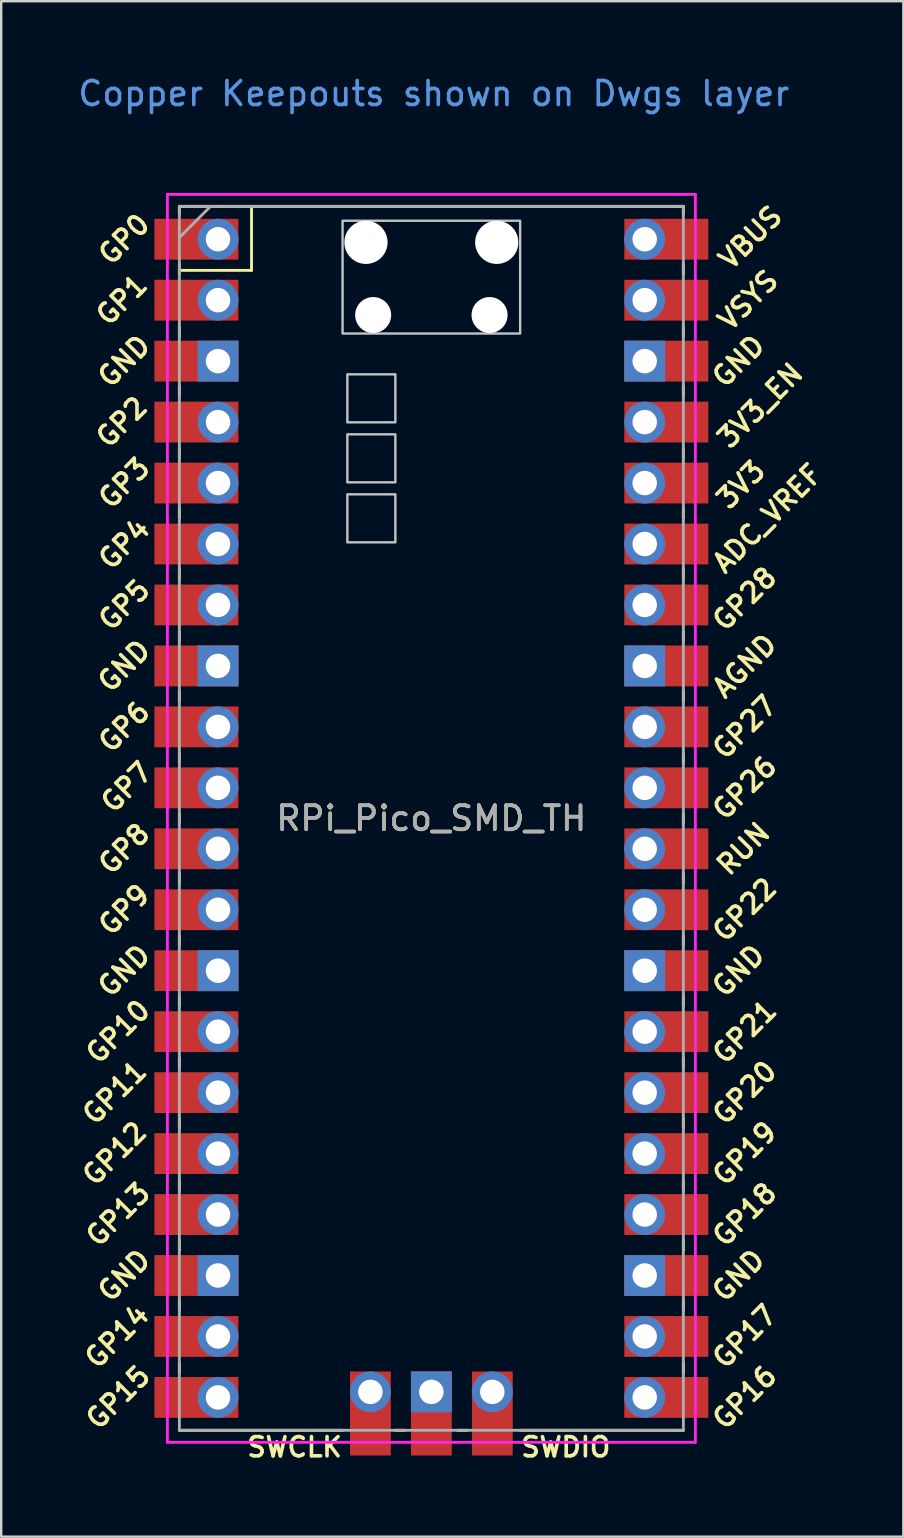
<source format=kicad_pcb>
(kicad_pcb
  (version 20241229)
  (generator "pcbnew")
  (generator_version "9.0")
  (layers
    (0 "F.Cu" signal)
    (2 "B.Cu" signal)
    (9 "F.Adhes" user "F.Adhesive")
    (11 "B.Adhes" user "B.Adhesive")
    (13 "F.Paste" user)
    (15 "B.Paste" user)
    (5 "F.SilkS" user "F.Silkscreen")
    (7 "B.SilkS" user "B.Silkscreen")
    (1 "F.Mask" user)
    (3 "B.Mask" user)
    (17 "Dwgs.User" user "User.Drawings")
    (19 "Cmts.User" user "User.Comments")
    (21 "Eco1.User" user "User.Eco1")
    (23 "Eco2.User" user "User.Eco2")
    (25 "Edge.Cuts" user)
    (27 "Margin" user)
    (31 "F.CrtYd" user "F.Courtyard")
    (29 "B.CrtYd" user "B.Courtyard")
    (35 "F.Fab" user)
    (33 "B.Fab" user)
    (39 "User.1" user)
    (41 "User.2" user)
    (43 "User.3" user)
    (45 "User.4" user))
  (footprint "RPi_Pico_SMD_TH"
    (layer "F.Cu")
    (at 14.924 31.048)
    (property "Reference" "RPi_Pico_SMD_TH" (at 0 0 0) (layer "F.SilkS") (effects (font (size 1 1) (thickness 0.15))))
    (attr through_hole)
    (fp_line (start -10.5 -25.5) (end -10.5 -25.2) (stroke (width 0.12) (type solid)) (layer "F.SilkS"))
    (fp_line (start -10.5 -25.5) (end 10.5 -25.5) (stroke (width 0.12) (type solid)) (layer "F.SilkS"))
    (fp_line (start -10.5 -23.1) (end -10.5 -22.7) (stroke (width 0.12) (type solid)) (layer "F.SilkS"))
    (fp_line (start -10.5 -22.833) (end -7.493 -22.833) (stroke (width 0.12) (type solid)) (layer "F.SilkS"))
    (fp_line (start -10.5 -20.5) (end -10.5 -20.1) (stroke (width 0.12) (type solid)) (layer "F.SilkS"))
    (fp_line (start -10.5 -18) (end -10.5 -17.6) (stroke (width 0.12) (type solid)) (layer "F.SilkS"))
    (fp_line (start -10.5 -15.4) (end -10.5 -15) (stroke (width 0.12) (type solid)) (layer "F.SilkS"))
    (fp_line (start -10.5 -12.9) (end -10.5 -12.5) (stroke (width 0.12) (type solid)) (layer "F.SilkS"))
    (fp_line (start -10.5 -10.4) (end -10.5 -10) (stroke (width 0.12) (type solid)) (layer "F.SilkS"))
    (fp_line (start -10.5 -7.8) (end -10.5 -7.4) (stroke (width 0.12) (type solid)) (layer "F.SilkS"))
    (fp_line (start -10.5 -5.3) (end -10.5 -4.9) (stroke (width 0.12) (type solid)) (layer "F.SilkS"))
    (fp_line (start -10.5 -2.7) (end -10.5 -2.3) (stroke (width 0.12) (type solid)) (layer "F.SilkS"))
    (fp_line (start -10.5 -0.2) (end -10.5 0.2) (stroke (width 0.12) (type solid)) (layer "F.SilkS"))
    (fp_line (start -10.5 2.3) (end -10.5 2.7) (stroke (width 0.12) (type solid)) (layer "F.SilkS"))
    (fp_line (start -10.5 4.9) (end -10.5 5.3) (stroke (width 0.12) (type solid)) (layer "F.SilkS"))
    (fp_line (start -10.5 7.4) (end -10.5 7.8) (stroke (width 0.12) (type solid)) (layer "F.SilkS"))
    (fp_line (start -10.5 10) (end -10.5 10.4) (stroke (width 0.12) (type solid)) (layer "F.SilkS"))
    (fp_line (start -10.5 12.5) (end -10.5 12.9) (stroke (width 0.12) (type solid)) (layer "F.SilkS"))
    (fp_line (start -10.5 15.1) (end -10.5 15.5) (stroke (width 0.12) (type solid)) (layer "F.SilkS"))
    (fp_line (start -10.5 17.6) (end -10.5 18) (stroke (width 0.12) (type solid)) (layer "F.SilkS"))
    (fp_line (start -10.5 20.1) (end -10.5 20.5) (stroke (width 0.12) (type solid)) (layer "F.SilkS"))
    (fp_line (start -10.5 22.7) (end -10.5 23.1) (stroke (width 0.12) (type solid)) (layer "F.SilkS"))
    (fp_line (start -7.493 -22.833) (end -7.493 -25.5) (stroke (width 0.12) (type solid)) (layer "F.SilkS"))
    (fp_line (start -3.7 25.5) (end -10.5 25.5) (stroke (width 0.12) (type solid)) (layer "F.SilkS"))
    (fp_line (start -1.5 25.5) (end -1.1 25.5) (stroke (width 0.12) (type solid)) (layer "F.SilkS"))
    (fp_line (start 1.1 25.5) (end 1.5 25.5) (stroke (width 0.12) (type solid)) (layer "F.SilkS"))
    (fp_line (start 10.5 -25.5) (end 10.5 -25.2) (stroke (width 0.12) (type solid)) (layer "F.SilkS"))
    (fp_line (start 10.5 -23.1) (end 10.5 -22.7) (stroke (width 0.12) (type solid)) (layer "F.SilkS"))
    (fp_line (start 10.5 -20.5) (end 10.5 -20.1) (stroke (width 0.12) (type solid)) (layer "F.SilkS"))
    (fp_line (start 10.5 -18) (end 10.5 -17.6) (stroke (width 0.12) (type solid)) (layer "F.SilkS"))
    (fp_line (start 10.5 -15.4) (end 10.5 -15) (stroke (width 0.12) (type solid)) (layer "F.SilkS"))
    (fp_line (start 10.5 -12.9) (end 10.5 -12.5) (stroke (width 0.12) (type solid)) (layer "F.SilkS"))
    (fp_line (start 10.5 -10.4) (end 10.5 -10) (stroke (width 0.12) (type solid)) (layer "F.SilkS"))
    (fp_line (start 10.5 -7.8) (end 10.5 -7.4) (stroke (width 0.12) (type solid)) (layer "F.SilkS"))
    (fp_line (start 10.5 -5.3) (end 10.5 -4.9) (stroke (width 0.12) (type solid)) (layer "F.SilkS"))
    (fp_line (start 10.5 -2.7) (end 10.5 -2.3) (stroke (width 0.12) (type solid)) (layer "F.SilkS"))
    (fp_line (start 10.5 -0.2) (end 10.5 0.2) (stroke (width 0.12) (type solid)) (layer "F.SilkS"))
    (fp_line (start 10.5 2.3) (end 10.5 2.7) (stroke (width 0.12) (type solid)) (layer "F.SilkS"))
    (fp_line (start 10.5 4.9) (end 10.5 5.3) (stroke (width 0.12) (type solid)) (layer "F.SilkS"))
    (fp_line (start 10.5 7.4) (end 10.5 7.8) (stroke (width 0.12) (type solid)) (layer "F.SilkS"))
    (fp_line (start 10.5 10) (end 10.5 10.4) (stroke (width 0.12) (type solid)) (layer "F.SilkS"))
    (fp_line (start 10.5 12.5) (end 10.5 12.9) (stroke (width 0.12) (type solid)) (layer "F.SilkS"))
    (fp_line (start 10.5 15.1) (end 10.5 15.5) (stroke (width 0.12) (type solid)) (layer "F.SilkS"))
    (fp_line (start 10.5 17.6) (end 10.5 18) (stroke (width 0.12) (type solid)) (layer "F.SilkS"))
    (fp_line (start 10.5 20.1) (end 10.5 20.5) (stroke (width 0.12) (type solid)) (layer "F.SilkS"))
    (fp_line (start 10.5 22.7) (end 10.5 23.1) (stroke (width 0.12) (type solid)) (layer "F.SilkS"))
    (fp_line (start 10.5 25.5) (end 3.7 25.5) (stroke (width 0.12) (type solid)) (layer "F.SilkS"))
    (fp_poly (pts (xy -1.5 -16.5) (xy -3.5 -16.5) (xy -3.5 -18.5) (xy -1.5 -18.5)) (stroke (width 0.1) (type solid)) (fill no) (layer "Dwgs.User"))
    (fp_poly (pts (xy -1.5 -14) (xy -3.5 -14) (xy -3.5 -16) (xy -1.5 -16)) (stroke (width 0.1) (type solid)) (fill no) (layer "Dwgs.User"))
    (fp_poly (pts (xy -1.5 -11.5) (xy -3.5 -11.5) (xy -3.5 -13.5) (xy -1.5 -13.5)) (stroke (width 0.1) (type solid)) (fill no) (layer "Dwgs.User"))
    (fp_poly (pts (xy 3.7 -20.2) (xy -3.7 -20.2) (xy -3.7 -24.9) (xy 3.7 -24.9)) (stroke (width 0.1) (type solid)) (fill no) (layer "Dwgs.User"))
    (fp_line (start -11 -26) (end 11 -26) (stroke (width 0.12) (type solid)) (layer "F.CrtYd"))
    (fp_line (start -11 26) (end -11 -26) (stroke (width 0.12) (type solid)) (layer "F.CrtYd"))
    (fp_line (start 11 -26) (end 11 26) (stroke (width 0.12) (type solid)) (layer "F.CrtYd"))
    (fp_line (start 11 26) (end -11 26) (stroke (width 0.12) (type solid)) (layer "F.CrtYd"))
    (fp_line (start -10.5 -25.5) (end 10.5 -25.5) (stroke (width 0.12) (type solid)) (layer "F.Fab"))
    (fp_line (start -10.5 -24.2) (end -9.2 -25.5) (stroke (width 0.12) (type solid)) (layer "F.Fab"))
    (fp_line (start -10.5 25.5) (end -10.5 -25.5) (stroke (width 0.12) (type solid)) (layer "F.Fab"))
    (fp_line (start 10.5 -25.5) (end 10.5 25.5) (stroke (width 0.12) (type solid)) (layer "F.Fab"))
    (fp_line (start 10.5 25.5) (end -10.5 25.5) (stroke (width 0.12) (type solid)) (layer "F.Fab"))
    (fp_text user "GP10" (at -13.054 8.89 45) (layer "F.SilkS") (effects (font (size 0.8 0.8) (thickness 0.15))))
    (fp_text user "GND" (at -12.8 6.35 45) (layer "F.SilkS") (effects (font (size 0.8 0.8) (thickness 0.15))))
    (fp_text user "GP9" (at -12.8 3.81 45) (layer "F.SilkS") (effects (font (size 0.8 0.8) (thickness 0.15))))
    (fp_text user "GND" (at 12.8 6.35 45) (layer "F.SilkS") (effects (font (size 0.8 0.8) (thickness 0.15))))
    (fp_text user "GP0" (at -12.8 -24.13 45) (layer "F.SilkS") (effects (font (size 0.8 0.8) (thickness 0.15))))
    (fp_text user "GP12" (at -13.2 13.97 45) (layer "F.SilkS") (effects (font (size 0.8 0.8) (thickness 0.15))))
    (fp_text user "GP15" (at -13.054 24.13 45) (layer "F.SilkS") (effects (font (size 0.8 0.8) (thickness 0.15))))
    (fp_text user "SWCLK" (at -5.7 26.2 0) (layer "F.SilkS") (effects (font (size 0.8 0.8) (thickness 0.15))))
    (fp_text user "ADC_VREF" (at 14 -12.5 45) (layer "F.SilkS") (effects (font (size 0.8 0.8) (thickness 0.15))))
    (fp_text user "RUN" (at 13 1.27 45) (layer "F.SilkS") (effects (font (size 0.8 0.8) (thickness 0.15))))
    (fp_text user "GP14" (at -13.1 21.59 45) (layer "F.SilkS") (effects (font (size 0.8 0.8) (thickness 0.15))))
    (fp_text user "GP6" (at -12.8 -3.81 45) (layer "F.SilkS") (effects (font (size 0.8 0.8) (thickness 0.15))))
    (fp_text user "GP26" (at 13.054 -1.27 45) (layer "F.SilkS") (effects (font (size 0.8 0.8) (thickness 0.15))))
    (fp_text user "AGND" (at 13.054 -6.35 45) (layer "F.SilkS") (effects (font (size 0.8 0.8) (thickness 0.15))))
    (fp_text user "GP18" (at 13.054 16.51 45) (layer "F.SilkS") (effects (font (size 0.8 0.8) (thickness 0.15))))
    (fp_text user "GP27" (at 13.054 -3.8 45) (layer "F.SilkS") (effects (font (size 0.8 0.8) (thickness 0.15))))
    (fp_text user "GP4" (at -12.8 -11.43 45) (layer "F.SilkS") (effects (font (size 0.8 0.8) (thickness 0.15))))
    (fp_text user "GP16" (at 13.054 24.13 45) (layer "F.SilkS") (effects (font (size 0.8 0.8) (thickness 0.15))))
    (fp_text user "GP13" (at -13.054 16.51 45) (layer "F.SilkS") (effects (font (size 0.8 0.8) (thickness 0.15))))
    (fp_text user "VSYS" (at 13.2 -21.59 45) (layer "F.SilkS") (effects (font (size 0.8 0.8) (thickness 0.15))))
    (fp_text user "GP19" (at 13.054 13.97 45) (layer "F.SilkS") (effects (font (size 0.8 0.8) (thickness 0.15))))
    (fp_text user "VBUS" (at 13.3 -24.2 45) (layer "F.SilkS") (effects (font (size 0.8 0.8) (thickness 0.15))))
    (fp_text user "GP7" (at -12.7 -1.3 45) (layer "F.SilkS") (effects (font (size 0.8 0.8) (thickness 0.15))))
    (fp_text user "GND" (at -12.8 -19.05 45) (layer "F.SilkS") (effects (font (size 0.8 0.8) (thickness 0.15))))
    (fp_text user "GP28" (at 13.054 -9.144 45) (layer "F.SilkS") (effects (font (size 0.8 0.8) (thickness 0.15))))
    (fp_text user "GP5" (at -12.8 -8.89 45) (layer "F.SilkS") (effects (font (size 0.8 0.8) (thickness 0.15))))
    (fp_text user "GP17" (at 13.054 21.59 45) (layer "F.SilkS") (effects (font (size 0.8 0.8) (thickness 0.15))))
    (fp_text user "GP22" (at 13.054 3.81 45) (layer "F.SilkS") (effects (font (size 0.8 0.8) (thickness 0.15))))
    (fp_text user "GND" (at 12.8 19.05 45) (layer "F.SilkS") (effects (font (size 0.8 0.8) (thickness 0.15))))
    (fp_text user "GP20" (at 13.054 11.43 45) (layer "F.SilkS") (effects (font (size 0.8 0.8) (thickness 0.15))))
    (fp_text user "3V3_EN" (at 13.7 -17.2 45) (layer "F.SilkS") (effects (font (size 0.8 0.8) (thickness 0.15))))
    (fp_text user "GP11" (at -13.2 11.43 45) (layer "F.SilkS") (effects (font (size 0.8 0.8) (thickness 0.15))))
    (fp_text user "GND" (at -12.8 -6.35 45) (layer "F.SilkS") (effects (font (size 0.8 0.8) (thickness 0.15))))
    (fp_text user "SWDIO" (at 5.6 26.2 0) (layer "F.SilkS") (effects (font (size 0.8 0.8) (thickness 0.15))))
    (fp_text user "GP3" (at -12.8 -13.97 45) (layer "F.SilkS") (effects (font (size 0.8 0.8) (thickness 0.15))))
    (fp_text user "3V3" (at 12.9 -13.9 45) (layer "F.SilkS") (effects (font (size 0.8 0.8) (thickness 0.15))))
    (fp_text user "GND" (at 12.8 -19.05 45) (layer "F.SilkS") (effects (font (size 0.8 0.8) (thickness 0.15))))
    (fp_text user "GND" (at -12.8 19.05 45) (layer "F.SilkS") (effects (font (size 0.8 0.8) (thickness 0.15))))
    (fp_text user "GP21" (at 13.054 8.9 45) (layer "F.SilkS") (effects (font (size 0.8 0.8) (thickness 0.15))))
    (fp_text user "GP2" (at -12.9 -16.51 45) (layer "F.SilkS") (effects (font (size 0.8 0.8) (thickness 0.15))))
    (fp_text user "GP8" (at -12.8 1.27 45) (layer "F.SilkS") (effects (font (size 0.8 0.8) (thickness 0.15))))
    (fp_text user "GP1" (at -12.9 -21.6 45) (layer "F.SilkS") (effects (font (size 0.8 0.8) (thickness 0.15))))
    (fp_text user "Copper Keepouts shown on Dwgs layer" (at 0.1 -30.2 0) (layer "Cmts.User") (effects (font (size 1 1) (thickness 0.15))))
    (fp_text user "${REFERENCE}" (at 0 0 180) (layer "F.Fab") (effects (font (size 1 1) (thickness 0.15))))
    (pad "" np_thru_hole oval (at -2.725 -24) (size 1.8 1.8) (drill 1.8) (layers "*.Cu" "*.Mask"))
    (pad "" np_thru_hole oval (at -2.425 -20.97) (size 1.5 1.5) (drill 1.5) (layers "*.Cu" "*.Mask"))
    (pad "" np_thru_hole oval (at 2.425 -20.97) (size 1.5 1.5) (drill 1.5) (layers "*.Cu" "*.Mask"))
    (pad "" np_thru_hole oval (at 2.725 -24) (size 1.8 1.8) (drill 1.8) (layers "*.Cu" "*.Mask"))
    (pad "1" thru_hole oval (at -8.89 -24.13) (size 1.7 1.7) (drill 1.02) (layers "*.Cu" "*.Mask"))
    (pad "1" smd rect (at -8.89 -24.13) (size 3.5 1.7) (drill (offset -0.9 0)) (layers "F.Cu" "F.Mask"))
    (pad "2" thru_hole oval (at -8.89 -21.59) (size 1.7 1.7) (drill 1.02) (layers "*.Cu" "*.Mask"))
    (pad "2" smd rect (at -8.89 -21.59) (size 3.5 1.7) (drill (offset -0.9 0)) (layers "F.Cu" "F.Mask"))
    (pad "3" thru_hole rect (at -8.89 -19.05) (size 1.7 1.7) (drill 1.02) (layers "*.Cu" "*.Mask"))
    (pad "3" smd rect (at -8.89 -19.05) (size 3.5 1.7) (drill (offset -0.9 0)) (layers "F.Cu" "F.Mask"))
    (pad "4" thru_hole oval (at -8.89 -16.51) (size 1.7 1.7) (drill 1.02) (layers "*.Cu" "*.Mask"))
    (pad "4" smd rect (at -8.89 -16.51) (size 3.5 1.7) (drill (offset -0.9 0)) (layers "F.Cu" "F.Mask"))
    (pad "5" thru_hole oval (at -8.89 -13.97) (size 1.7 1.7) (drill 1.02) (layers "*.Cu" "*.Mask"))
    (pad "5" smd rect (at -8.89 -13.97) (size 3.5 1.7) (drill (offset -0.9 0)) (layers "F.Cu" "F.Mask"))
    (pad "6" thru_hole oval (at -8.89 -11.43) (size 1.7 1.7) (drill 1.02) (layers "*.Cu" "*.Mask"))
    (pad "6" smd rect (at -8.89 -11.43) (size 3.5 1.7) (drill (offset -0.9 0)) (layers "F.Cu" "F.Mask"))
    (pad "7" thru_hole oval (at -8.89 -8.89) (size 1.7 1.7) (drill 1.02) (layers "*.Cu" "*.Mask"))
    (pad "7" smd rect (at -8.89 -8.89) (size 3.5 1.7) (drill (offset -0.9 0)) (layers "F.Cu" "F.Mask"))
    (pad "8" thru_hole rect (at -8.89 -6.35) (size 1.7 1.7) (drill 1.02) (layers "*.Cu" "*.Mask"))
    (pad "8" smd rect (at -8.89 -6.35) (size 3.5 1.7) (drill (offset -0.9 0)) (layers "F.Cu" "F.Mask"))
    (pad "9" thru_hole oval (at -8.89 -3.81) (size 1.7 1.7) (drill 1.02) (layers "*.Cu" "*.Mask"))
    (pad "9" smd rect (at -8.89 -3.81) (size 3.5 1.7) (drill (offset -0.9 0)) (layers "F.Cu" "F.Mask"))
    (pad "10" thru_hole oval (at -8.89 -1.27) (size 1.7 1.7) (drill 1.02) (layers "*.Cu" "*.Mask"))
    (pad "10" smd rect (at -8.89 -1.27) (size 3.5 1.7) (drill (offset -0.9 0)) (layers "F.Cu" "F.Mask"))
    (pad "11" thru_hole oval (at -8.89 1.27) (size 1.7 1.7) (drill 1.02) (layers "*.Cu" "*.Mask"))
    (pad "11" smd rect (at -8.89 1.27) (size 3.5 1.7) (drill (offset -0.9 0)) (layers "F.Cu" "F.Mask"))
    (pad "12" thru_hole oval (at -8.89 3.81) (size 1.7 1.7) (drill 1.02) (layers "*.Cu" "*.Mask"))
    (pad "12" smd rect (at -8.89 3.81) (size 3.5 1.7) (drill (offset -0.9 0)) (layers "F.Cu" "F.Mask"))
    (pad "13" thru_hole rect (at -8.89 6.35) (size 1.7 1.7) (drill 1.02) (layers "*.Cu" "*.Mask"))
    (pad "13" smd rect (at -8.89 6.35) (size 3.5 1.7) (drill (offset -0.9 0)) (layers "F.Cu" "F.Mask"))
    (pad "14" thru_hole oval (at -8.89 8.89) (size 1.7 1.7) (drill 1.02) (layers "*.Cu" "*.Mask"))
    (pad "14" smd rect (at -8.89 8.89) (size 3.5 1.7) (drill (offset -0.9 0)) (layers "F.Cu" "F.Mask"))
    (pad "15" thru_hole oval (at -8.89 11.43) (size 1.7 1.7) (drill 1.02) (layers "*.Cu" "*.Mask"))
    (pad "15" smd rect (at -8.89 11.43) (size 3.5 1.7) (drill (offset -0.9 0)) (layers "F.Cu" "F.Mask"))
    (pad "16" thru_hole oval (at -8.89 13.97) (size 1.7 1.7) (drill 1.02) (layers "*.Cu" "*.Mask"))
    (pad "16" smd rect (at -8.89 13.97) (size 3.5 1.7) (drill (offset -0.9 0)) (layers "F.Cu" "F.Mask"))
    (pad "17" thru_hole oval (at -8.89 16.51) (size 1.7 1.7) (drill 1.02) (layers "*.Cu" "*.Mask"))
    (pad "17" smd rect (at -8.89 16.51) (size 3.5 1.7) (drill (offset -0.9 0)) (layers "F.Cu" "F.Mask"))
    (pad "18" thru_hole rect (at -8.89 19.05) (size 1.7 1.7) (drill 1.02) (layers "*.Cu" "*.Mask"))
    (pad "18" smd rect (at -8.89 19.05) (size 3.5 1.7) (drill (offset -0.9 0)) (layers "F.Cu" "F.Mask"))
    (pad "19" thru_hole oval (at -8.89 21.59) (size 1.7 1.7) (drill 1.02) (layers "*.Cu" "*.Mask"))
    (pad "19" smd rect (at -8.89 21.59) (size 3.5 1.7) (drill (offset -0.9 0)) (layers "F.Cu" "F.Mask"))
    (pad "20" thru_hole oval (at -8.89 24.13) (size 1.7 1.7) (drill 1.02) (layers "*.Cu" "*.Mask"))
    (pad "20" smd rect (at -8.89 24.13) (size 3.5 1.7) (drill (offset -0.9 0)) (layers "F.Cu" "F.Mask"))
    (pad "21" thru_hole oval (at 8.89 24.13) (size 1.7 1.7) (drill 1.02) (layers "*.Cu" "*.Mask"))
    (pad "21" smd rect (at 8.89 24.13) (size 3.5 1.7) (drill (offset 0.9 0)) (layers "F.Cu" "F.Mask"))
    (pad "22" thru_hole oval (at 8.89 21.59) (size 1.7 1.7) (drill 1.02) (layers "*.Cu" "*.Mask"))
    (pad "22" smd rect (at 8.89 21.59) (size 3.5 1.7) (drill (offset 0.9 0)) (layers "F.Cu" "F.Mask"))
    (pad "23" thru_hole rect (at 8.89 19.05) (size 1.7 1.7) (drill 1.02) (layers "*.Cu" "*.Mask"))
    (pad "23" smd rect (at 8.89 19.05) (size 3.5 1.7) (drill (offset 0.9 0)) (layers "F.Cu" "F.Mask"))
    (pad "24" thru_hole oval (at 8.89 16.51) (size 1.7 1.7) (drill 1.02) (layers "*.Cu" "*.Mask"))
    (pad "24" smd rect (at 8.89 16.51) (size 3.5 1.7) (drill (offset 0.9 0)) (layers "F.Cu" "F.Mask"))
    (pad "25" thru_hole oval (at 8.89 13.97) (size 1.7 1.7) (drill 1.02) (layers "*.Cu" "*.Mask"))
    (pad "25" smd rect (at 8.89 13.97) (size 3.5 1.7) (drill (offset 0.9 0)) (layers "F.Cu" "F.Mask"))
    (pad "26" thru_hole oval (at 8.89 11.43) (size 1.7 1.7) (drill 1.02) (layers "*.Cu" "*.Mask"))
    (pad "26" smd rect (at 8.89 11.43) (size 3.5 1.7) (drill (offset 0.9 0)) (layers "F.Cu" "F.Mask"))
    (pad "27" thru_hole oval (at 8.89 8.89) (size 1.7 1.7) (drill 1.02) (layers "*.Cu" "*.Mask"))
    (pad "27" smd rect (at 8.89 8.89) (size 3.5 1.7) (drill (offset 0.9 0)) (layers "F.Cu" "F.Mask"))
    (pad "28" thru_hole rect (at 8.89 6.35) (size 1.7 1.7) (drill 1.02) (layers "*.Cu" "*.Mask"))
    (pad "28" smd rect (at 8.89 6.35) (size 3.5 1.7) (drill (offset 0.9 0)) (layers "F.Cu" "F.Mask"))
    (pad "29" thru_hole oval (at 8.89 3.81) (size 1.7 1.7) (drill 1.02) (layers "*.Cu" "*.Mask"))
    (pad "29" smd rect (at 8.89 3.81) (size 3.5 1.7) (drill (offset 0.9 0)) (layers "F.Cu" "F.Mask"))
    (pad "30" thru_hole oval (at 8.89 1.27) (size 1.7 1.7) (drill 1.02) (layers "*.Cu" "*.Mask"))
    (pad "30" smd rect (at 8.89 1.27) (size 3.5 1.7) (drill (offset 0.9 0)) (layers "F.Cu" "F.Mask"))
    (pad "31" thru_hole oval (at 8.89 -1.27) (size 1.7 1.7) (drill 1.02) (layers "*.Cu" "*.Mask"))
    (pad "31" smd rect (at 8.89 -1.27) (size 3.5 1.7) (drill (offset 0.9 0)) (layers "F.Cu" "F.Mask"))
    (pad "32" thru_hole oval (at 8.89 -3.81) (size 1.7 1.7) (drill 1.02) (layers "*.Cu" "*.Mask"))
    (pad "32" smd rect (at 8.89 -3.81) (size 3.5 1.7) (drill (offset 0.9 0)) (layers "F.Cu" "F.Mask"))
    (pad "33" thru_hole rect (at 8.89 -6.35) (size 1.7 1.7) (drill 1.02) (layers "*.Cu" "*.Mask"))
    (pad "33" smd rect (at 8.89 -6.35) (size 3.5 1.7) (drill (offset 0.9 0)) (layers "F.Cu" "F.Mask"))
    (pad "34" thru_hole oval (at 8.89 -8.89) (size 1.7 1.7) (drill 1.02) (layers "*.Cu" "*.Mask"))
    (pad "34" smd rect (at 8.89 -8.89) (size 3.5 1.7) (drill (offset 0.9 0)) (layers "F.Cu" "F.Mask"))
    (pad "35" thru_hole oval (at 8.89 -11.43) (size 1.7 1.7) (drill 1.02) (layers "*.Cu" "*.Mask"))
    (pad "35" smd rect (at 8.89 -11.43) (size 3.5 1.7) (drill (offset 0.9 0)) (layers "F.Cu" "F.Mask"))
    (pad "36" thru_hole oval (at 8.89 -13.97) (size 1.7 1.7) (drill 1.02) (layers "*.Cu" "*.Mask"))
    (pad "36" smd rect (at 8.89 -13.97) (size 3.5 1.7) (drill (offset 0.9 0)) (layers "F.Cu" "F.Mask"))
    (pad "37" thru_hole oval (at 8.89 -16.51) (size 1.7 1.7) (drill 1.02) (layers "*.Cu" "*.Mask"))
    (pad "37" smd rect (at 8.89 -16.51) (size 3.5 1.7) (drill (offset 0.9 0)) (layers "F.Cu" "F.Mask"))
    (pad "38" thru_hole rect (at 8.89 -19.05) (size 1.7 1.7) (drill 1.02) (layers "*.Cu" "*.Mask"))
    (pad "38" smd rect (at 8.89 -19.05) (size 3.5 1.7) (drill (offset 0.9 0)) (layers "F.Cu" "F.Mask"))
    (pad "39" thru_hole oval (at 8.89 -21.59) (size 1.7 1.7) (drill 1.02) (layers "*.Cu" "*.Mask"))
    (pad "39" smd rect (at 8.89 -21.59) (size 3.5 1.7) (drill (offset 0.9 0)) (layers "F.Cu" "F.Mask"))
    (pad "40" thru_hole oval (at 8.89 -24.13) (size 1.7 1.7) (drill 1.02) (layers "*.Cu" "*.Mask"))
    (pad "40" smd rect (at 8.89 -24.13) (size 3.5 1.7) (drill (offset 0.9 0)) (layers "F.Cu" "F.Mask"))
    (pad "41" thru_hole oval (at -2.54 23.9) (size 1.7 1.7) (drill 1.02) (layers "*.Cu" "*.Mask"))
    (pad "41" smd rect (at -2.54 23.9 90) (size 3.5 1.7) (drill (offset -0.9 0)) (layers "F.Cu" "F.Mask"))
    (pad "42" thru_hole rect (at 0 23.9) (size 1.7 1.7) (drill 1.02) (layers "*.Cu" "*.Mask"))
    (pad "42" smd rect (at 0 23.9 90) (size 3.5 1.7) (drill (offset -0.9 0)) (layers "F.Cu" "F.Mask"))
    (pad "43" thru_hole oval (at 2.54 23.9) (size 1.7 1.7) (drill 1.02) (layers "*.Cu" "*.Mask"))
    (pad "43" smd rect (at 2.54 23.9 90) (size 3.5 1.7) (drill (offset -0.9 0)) (layers "F.Cu" "F.Mask")))
  (gr_rect
    (start -3 -3)
    (end 34.591 60.98)
    (stroke (width 0.1) (type default))
    (fill no)
    (layer "Edge.Cuts")))
</source>
